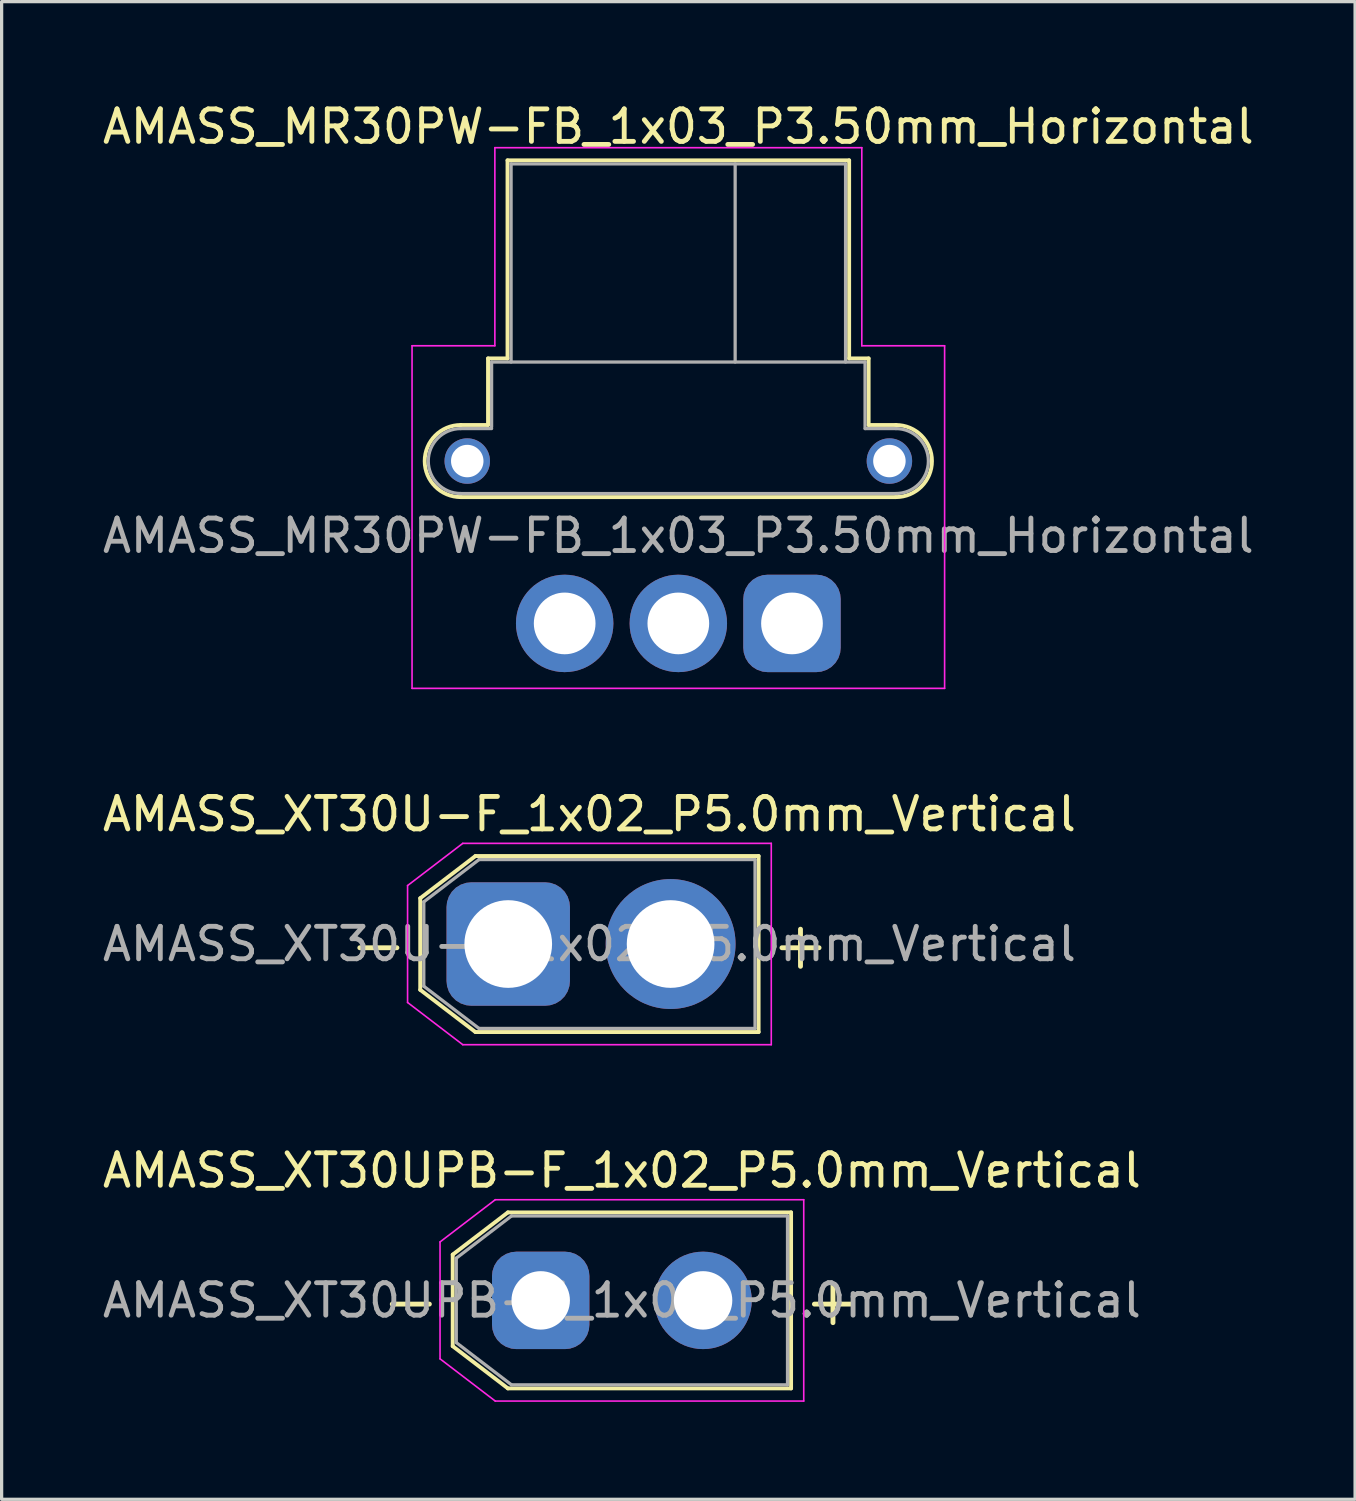
<source format=kicad_pcb>
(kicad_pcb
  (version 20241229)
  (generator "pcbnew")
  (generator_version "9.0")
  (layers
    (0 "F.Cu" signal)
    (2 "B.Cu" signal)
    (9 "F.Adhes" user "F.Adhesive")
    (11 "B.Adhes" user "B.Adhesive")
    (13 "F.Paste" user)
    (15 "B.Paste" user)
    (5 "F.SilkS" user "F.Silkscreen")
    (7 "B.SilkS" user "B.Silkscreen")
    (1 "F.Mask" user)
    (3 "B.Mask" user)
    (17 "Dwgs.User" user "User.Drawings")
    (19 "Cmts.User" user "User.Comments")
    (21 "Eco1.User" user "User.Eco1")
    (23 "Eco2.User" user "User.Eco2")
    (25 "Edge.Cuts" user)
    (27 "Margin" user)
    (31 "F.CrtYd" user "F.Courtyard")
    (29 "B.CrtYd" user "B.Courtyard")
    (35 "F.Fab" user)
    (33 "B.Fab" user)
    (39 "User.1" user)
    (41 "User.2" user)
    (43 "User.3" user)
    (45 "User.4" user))
  (footprint "AMASS_XT30U-F_1x02_P5.0mm_Vertical"
    (layer "F.Cu")
    (at 12.601 26.021)
    (property "Reference" "AMASS_XT30U-F_1x02_P5.0mm_Vertical" (at 2.5 -4 0) (layer "F.SilkS") (effects (font (size 1 1) (thickness 0.15))))
    (attr through_hole)
    (fp_line (start -2.71 -1.41) (end -2.71 1.41) (stroke (width 0.12) (type solid)) (layer "F.SilkS"))
    (fp_line (start -2.71 -1.41) (end -1.01 -2.71) (stroke (width 0.12) (type solid)) (layer "F.SilkS"))
    (fp_line (start -2.71 1.41) (end -1.01 2.71) (stroke (width 0.12) (type solid)) (layer "F.SilkS"))
    (fp_line (start -1.01 -2.71) (end 7.71 -2.71) (stroke (width 0.12) (type solid)) (layer "F.SilkS"))
    (fp_line (start -1.01 2.71) (end 7.71 2.71) (stroke (width 0.12) (type solid)) (layer "F.SilkS"))
    (fp_line (start 7.71 -2.71) (end 7.71 2.71) (stroke (width 0.12) (type solid)) (layer "F.SilkS"))
    (fp_line (start -3.1 -1.8) (end -3.1 1.8) (stroke (width 0.05) (type solid)) (layer "F.CrtYd"))
    (fp_line (start -3.1 -1.8) (end -1.4 -3.1) (stroke (width 0.05) (type solid)) (layer "F.CrtYd"))
    (fp_line (start -3.1 1.8) (end -1.4 3.1) (stroke (width 0.05) (type solid)) (layer "F.CrtYd"))
    (fp_line (start -1.4 -3.1) (end 8.1 -3.1) (stroke (width 0.05) (type solid)) (layer "F.CrtYd"))
    (fp_line (start -1.4 3.1) (end 8.1 3.1) (stroke (width 0.05) (type solid)) (layer "F.CrtYd"))
    (fp_line (start 8.1 -3.1) (end 8.1 3.1) (stroke (width 0.05) (type solid)) (layer "F.CrtYd"))
    (fp_line (start -2.6 -1.3) (end -2.6 1.3) (stroke (width 0.1) (type solid)) (layer "F.Fab"))
    (fp_line (start -2.6 -1.3) (end -0.9 -2.6) (stroke (width 0.1) (type solid)) (layer "F.Fab"))
    (fp_line (start -2.6 1.3) (end -0.9 2.6) (stroke (width 0.1) (type solid)) (layer "F.Fab"))
    (fp_line (start -0.9 -2.6) (end 7.6 -2.6) (stroke (width 0.1) (type solid)) (layer "F.Fab"))
    (fp_line (start -0.9 2.6) (end 7.6 2.6) (stroke (width 0.1) (type solid)) (layer "F.Fab"))
    (fp_line (start 7.6 -2.6) (end 7.6 2.6) (stroke (width 0.1) (type solid)) (layer "F.Fab"))
    (fp_text user "-" (at -4 0 0) (layer "F.SilkS") (effects (font (size 1.5 1.5) (thickness 0.15))))
    (fp_text user "+" (at 9 0 0) (layer "F.SilkS") (effects (font (size 1.5 1.5) (thickness 0.15))))
    (fp_text user "${REFERENCE}" (at 2.5 0 0) (layer "F.Fab") (effects (font (size 1 1) (thickness 0.15))))
    (pad "1" thru_hole roundrect (at 0 0) (size 3.8 3.8) (drill 2.7) (layers "*.Cu" "*.Mask") (roundrect_rratio 0.2))
    (pad "2" thru_hole circle (at 5 0) (size 4 4) (drill 2.7) (layers "*.Cu" "*.Mask")))
  (footprint "AMASS_XT30UPB-F_1x02_P5.0mm_Vertical"
    (layer "F.Cu")
    (at 13.601 36.995)
    (property "Reference" "AMASS_XT30UPB-F_1x02_P5.0mm_Vertical" (at 2.5 -4 0) (layer "F.SilkS") (effects (font (size 1 1) (thickness 0.15))))
    (attr through_hole)
    (fp_line (start -2.71 -1.41) (end -2.71 1.41) (stroke (width 0.12) (type solid)) (layer "F.SilkS"))
    (fp_line (start -2.71 -1.41) (end -1.01 -2.71) (stroke (width 0.12) (type solid)) (layer "F.SilkS"))
    (fp_line (start -2.71 1.41) (end -1.01 2.71) (stroke (width 0.12) (type solid)) (layer "F.SilkS"))
    (fp_line (start -1.01 -2.71) (end 7.71 -2.71) (stroke (width 0.12) (type solid)) (layer "F.SilkS"))
    (fp_line (start -1.01 2.71) (end 7.71 2.71) (stroke (width 0.12) (type solid)) (layer "F.SilkS"))
    (fp_line (start 7.71 -2.71) (end 7.71 2.71) (stroke (width 0.12) (type solid)) (layer "F.SilkS"))
    (fp_line (start -3.1 -1.8) (end -3.1 1.8) (stroke (width 0.05) (type solid)) (layer "F.CrtYd"))
    (fp_line (start -3.1 -1.8) (end -1.4 -3.1) (stroke (width 0.05) (type solid)) (layer "F.CrtYd"))
    (fp_line (start -3.1 1.8) (end -1.4 3.1) (stroke (width 0.05) (type solid)) (layer "F.CrtYd"))
    (fp_line (start -1.4 -3.1) (end 8.1 -3.1) (stroke (width 0.05) (type solid)) (layer "F.CrtYd"))
    (fp_line (start -1.4 3.1) (end 8.1 3.1) (stroke (width 0.05) (type solid)) (layer "F.CrtYd"))
    (fp_line (start 8.1 -3.1) (end 8.1 3.1) (stroke (width 0.05) (type solid)) (layer "F.CrtYd"))
    (fp_line (start -2.6 -1.3) (end -2.6 1.3) (stroke (width 0.1) (type solid)) (layer "F.Fab"))
    (fp_line (start -2.6 -1.3) (end -0.9 -2.6) (stroke (width 0.1) (type solid)) (layer "F.Fab"))
    (fp_line (start -2.6 1.3) (end -0.9 2.6) (stroke (width 0.1) (type solid)) (layer "F.Fab"))
    (fp_line (start -0.9 -2.6) (end 7.6 -2.6) (stroke (width 0.1) (type solid)) (layer "F.Fab"))
    (fp_line (start -0.9 2.6) (end 7.6 2.6) (stroke (width 0.1) (type solid)) (layer "F.Fab"))
    (fp_line (start 7.6 -2.6) (end 7.6 2.6) (stroke (width 0.1) (type solid)) (layer "F.Fab"))
    (fp_text user "+" (at 9 0 0) (layer "F.SilkS") (effects (font (size 1.5 1.5) (thickness 0.15))))
    (fp_text user "-" (at -4 0 0) (layer "F.SilkS") (effects (font (size 1.5 1.5) (thickness 0.15))))
    (fp_text user "${REFERENCE}" (at 2.5 0 0) (layer "F.Fab") (effects (font (size 1 1) (thickness 0.15))))
    (pad "1" thru_hole roundrect (at 0 0) (size 3 3) (drill 1.8) (layers "*.Cu" "*.Mask") (roundrect_rratio 0.25))
    (pad "2" thru_hole circle (at 5 0) (size 3 3) (drill 1.8) (layers "*.Cu" "*.Mask")))
  (footprint "AMASS_MR30PW-FB_1x03_P3.50mm_Horizontal"
    (layer "F.Cu")
    (at 21.339 16.148)
    (property "Reference" "AMASS_MR30PW-FB_1x03_P3.50mm_Horizontal" (at -3.5 -15.3 0) (layer "F.SilkS") (effects (font (size 1 1) (thickness 0.15))))
    (attr through_hole)
    (fp_line (start -10.2 -6.11) (end -9.36 -6.11) (stroke (width 0.12) (type solid)) (layer "F.SilkS"))
    (fp_line (start -10.2 -3.89) (end 3.2 -3.89) (stroke (width 0.12) (type solid)) (layer "F.SilkS"))
    (fp_line (start -9.36 -8.16) (end -9.36 -6.11) (stroke (width 0.12) (type solid)) (layer "F.SilkS"))
    (fp_line (start -9.36 -8.16) (end -8.76 -8.16) (stroke (width 0.12) (type solid)) (layer "F.SilkS"))
    (fp_line (start -8.76 -14.26) (end -8.76 -8.16) (stroke (width 0.12) (type solid)) (layer "F.SilkS"))
    (fp_line (start -8.76 -14.26) (end 1.76 -14.26) (stroke (width 0.12) (type solid)) (layer "F.SilkS"))
    (fp_line (start 1.76 -14.26) (end 1.76 -8.16) (stroke (width 0.12) (type solid)) (layer "F.SilkS"))
    (fp_line (start 1.76 -8.16) (end 2.36 -8.16) (stroke (width 0.12) (type solid)) (layer "F.SilkS"))
    (fp_line (start 2.36 -8.16) (end 2.36 -6.11) (stroke (width 0.12) (type solid)) (layer "F.SilkS"))
    (fp_line (start 2.36 -6.11) (end 3.2 -6.11) (stroke (width 0.12) (type solid)) (layer "F.SilkS"))
    (fp_arc (start -10.2 -3.89) (mid -11.31 -5) (end -10.2 -6.11) (stroke (width 0.12) (type solid)) (layer "F.SilkS"))
    (fp_arc (start 3.2 -6.11) (mid 4.31 -5) (end 3.2 -3.89) (stroke (width 0.12) (type solid)) (layer "F.SilkS"))
    (fp_line (start -11.7 -8.55) (end -11.7 2) (stroke (width 0.05) (type solid)) (layer "F.CrtYd"))
    (fp_line (start -11.7 2) (end 4.7 2) (stroke (width 0.05) (type solid)) (layer "F.CrtYd"))
    (fp_line (start -9.15 -14.65) (end -9.15 -8.55) (stroke (width 0.05) (type solid)) (layer "F.CrtYd"))
    (fp_line (start -9.15 -14.65) (end 2.15 -14.65) (stroke (width 0.05) (type solid)) (layer "F.CrtYd"))
    (fp_line (start -9.15 -8.55) (end -11.7 -8.55) (stroke (width 0.05) (type solid)) (layer "F.CrtYd"))
    (fp_line (start 2.15 -14.65) (end 2.15 -8.55) (stroke (width 0.05) (type solid)) (layer "F.CrtYd"))
    (fp_line (start 4.7 -8.55) (end 2.15 -8.55) (stroke (width 0.05) (type solid)) (layer "F.CrtYd"))
    (fp_line (start 4.7 -8.55) (end 4.7 2) (stroke (width 0.05) (type solid)) (layer "F.CrtYd"))
    (fp_line (start -10.2 -6) (end -9.25 -6) (stroke (width 0.1) (type solid)) (layer "F.Fab"))
    (fp_line (start -10.2 -4) (end 3.2 -4) (stroke (width 0.1) (type solid)) (layer "F.Fab"))
    (fp_line (start -9.25 -8.05) (end -9.25 -6.05) (stroke (width 0.1) (type solid)) (layer "F.Fab"))
    (fp_line (start -9.25 -8.05) (end 2.25 -8.05) (stroke (width 0.1) (type solid)) (layer "F.Fab"))
    (fp_line (start -8.65 -14.15) (end -8.65 -8.05) (stroke (width 0.1) (type solid)) (layer "F.Fab"))
    (fp_line (start -8.65 -14.15) (end 1.65 -14.15) (stroke (width 0.1) (type solid)) (layer "F.Fab"))
    (fp_line (start -1.75 -14.15) (end -1.75 -8.05) (stroke (width 0.1) (type solid)) (layer "F.Fab"))
    (fp_line (start 1.65 -14.15) (end 1.65 -8.05) (stroke (width 0.1) (type solid)) (layer "F.Fab"))
    (fp_line (start 2.25 -8.05) (end 2.25 -6) (stroke (width 0.1) (type solid)) (layer "F.Fab"))
    (fp_line (start 2.255 -6) (end 3.2 -6) (stroke (width 0.1) (type solid)) (layer "F.Fab"))
    (fp_arc (start -10.2 -4) (mid -11.2 -5) (end -10.2 -6) (stroke (width 0.1) (type solid)) (layer "F.Fab"))
    (fp_arc (start 3.2 -6) (mid 4.2 -5) (end 3.2 -4) (stroke (width 0.1) (type solid)) (layer "F.Fab"))
    (fp_text user "${REFERENCE}" (at -3.5 -2.7 0) (layer "F.Fab") (effects (font (size 1 1) (thickness 0.15))))
    (pad "" thru_hole circle (at -10 -5) (size 1.4 1.4) (drill 1) (layers "*.Cu" "*.Mask"))
    (pad "" thru_hole circle (at 3 -5 90) (size 1.4 1.4) (drill 1) (layers "*.Cu" "*.Mask"))
    (pad "1" thru_hole roundrect (at 0 0) (size 3 3) (drill 1.9) (layers "*.Cu" "*.Mask") (roundrect_rratio 0.25))
    (pad "2" thru_hole circle (at -3.5 0) (size 3 3) (drill 1.9) (layers "*.Cu" "*.Mask"))
    (pad "3" thru_hole circle (at -7 0) (size 3 3) (drill 1.9) (layers "*.Cu" "*.Mask")))
  (gr_rect
    (start -3 -3)
    (end 38.679 43.12)
    (stroke (width 0.1) (type default))
    (fill no)
    (layer "Edge.Cuts")))
</source>
